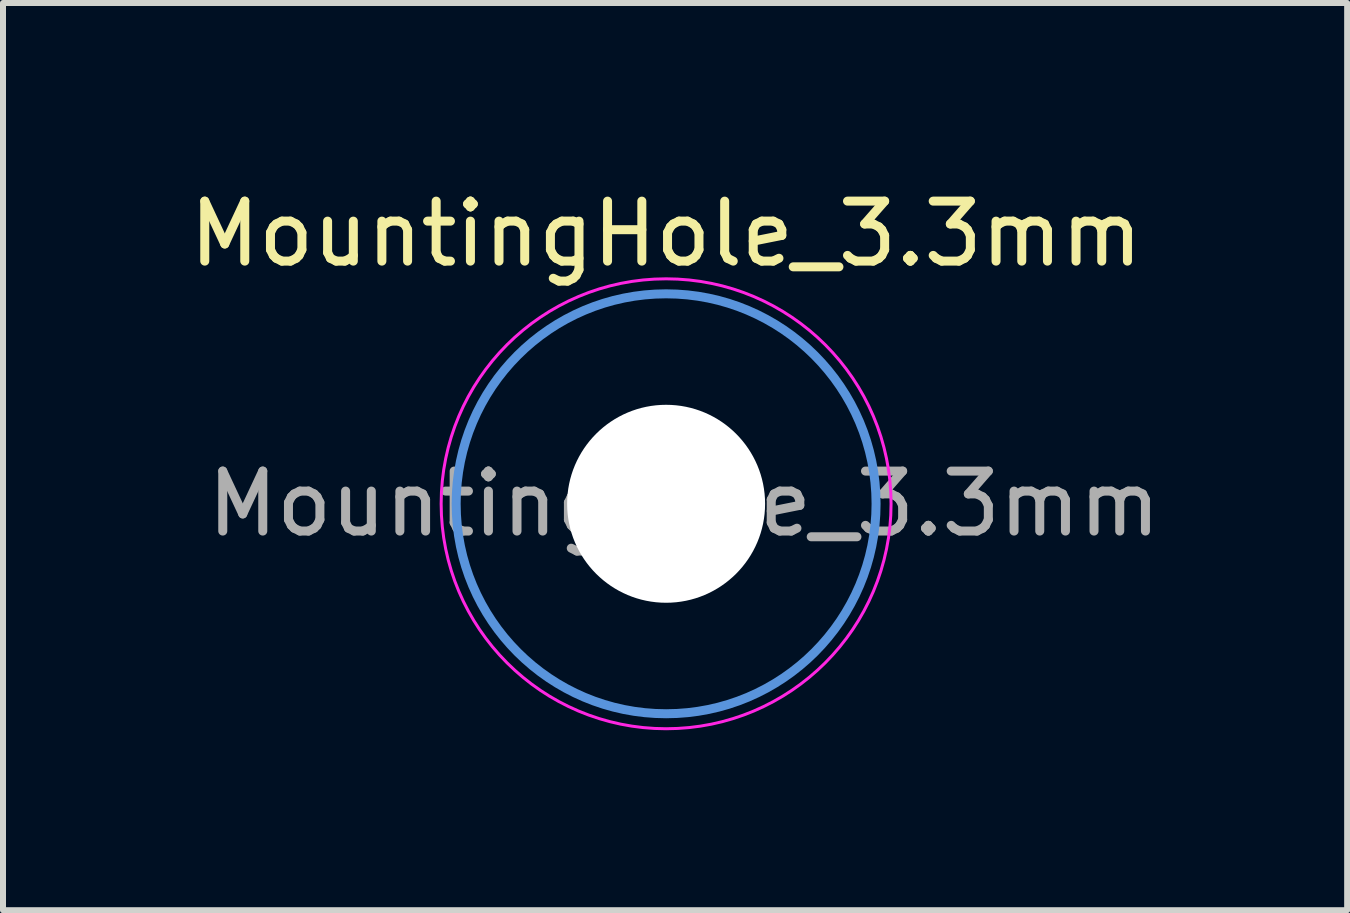
<source format=kicad_pcb>
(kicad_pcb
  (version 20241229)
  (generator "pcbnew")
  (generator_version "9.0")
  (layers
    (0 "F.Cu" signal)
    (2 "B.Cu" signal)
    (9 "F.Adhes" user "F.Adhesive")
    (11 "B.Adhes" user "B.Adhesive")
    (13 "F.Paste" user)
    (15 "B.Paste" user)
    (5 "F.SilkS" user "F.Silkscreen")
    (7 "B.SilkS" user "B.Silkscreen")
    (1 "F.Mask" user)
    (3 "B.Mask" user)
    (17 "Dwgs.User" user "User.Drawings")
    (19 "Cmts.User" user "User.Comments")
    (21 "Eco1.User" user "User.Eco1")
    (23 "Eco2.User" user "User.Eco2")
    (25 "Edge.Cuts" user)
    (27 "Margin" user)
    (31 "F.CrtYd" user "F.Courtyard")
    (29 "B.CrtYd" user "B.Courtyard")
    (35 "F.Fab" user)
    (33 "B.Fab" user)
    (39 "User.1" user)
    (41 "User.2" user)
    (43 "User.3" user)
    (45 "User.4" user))
  (footprint "MountingHole_3.3mm"
    (layer "F.Cu")
    (at 8.054 5.348)
    (property "Reference" "MountingHole_3.3mm" (at 0 -4.5 0) (layer "F.SilkS") (effects (font (size 1 1) (thickness 0.15))))
    (attr exclude_from_pos_files exclude_from_bom)
    (fp_circle (center 0 0) (end 3.5 0) (stroke (width 0.15) (type solid)) (fill no) (layer "Cmts.User"))
    (fp_circle (center 0 0) (end 3.75 0) (stroke (width 0.05) (type solid)) (fill no) (layer "F.CrtYd"))
    (fp_text user "${REFERENCE}" (at 0.3 0 0) (layer "F.Fab") (effects (font (size 1 1) (thickness 0.15))))
    (pad "" np_thru_hole circle (at 0 0) (size 3.3 3.3) (drill 3.3) (layers "*.Cu" "*.Mask")))
  (gr_rect
    (start -3 -3)
    (end 19.407 12.123)
    (stroke (width 0.1) (type default))
    (fill no)
    (layer "Edge.Cuts")))
</source>
